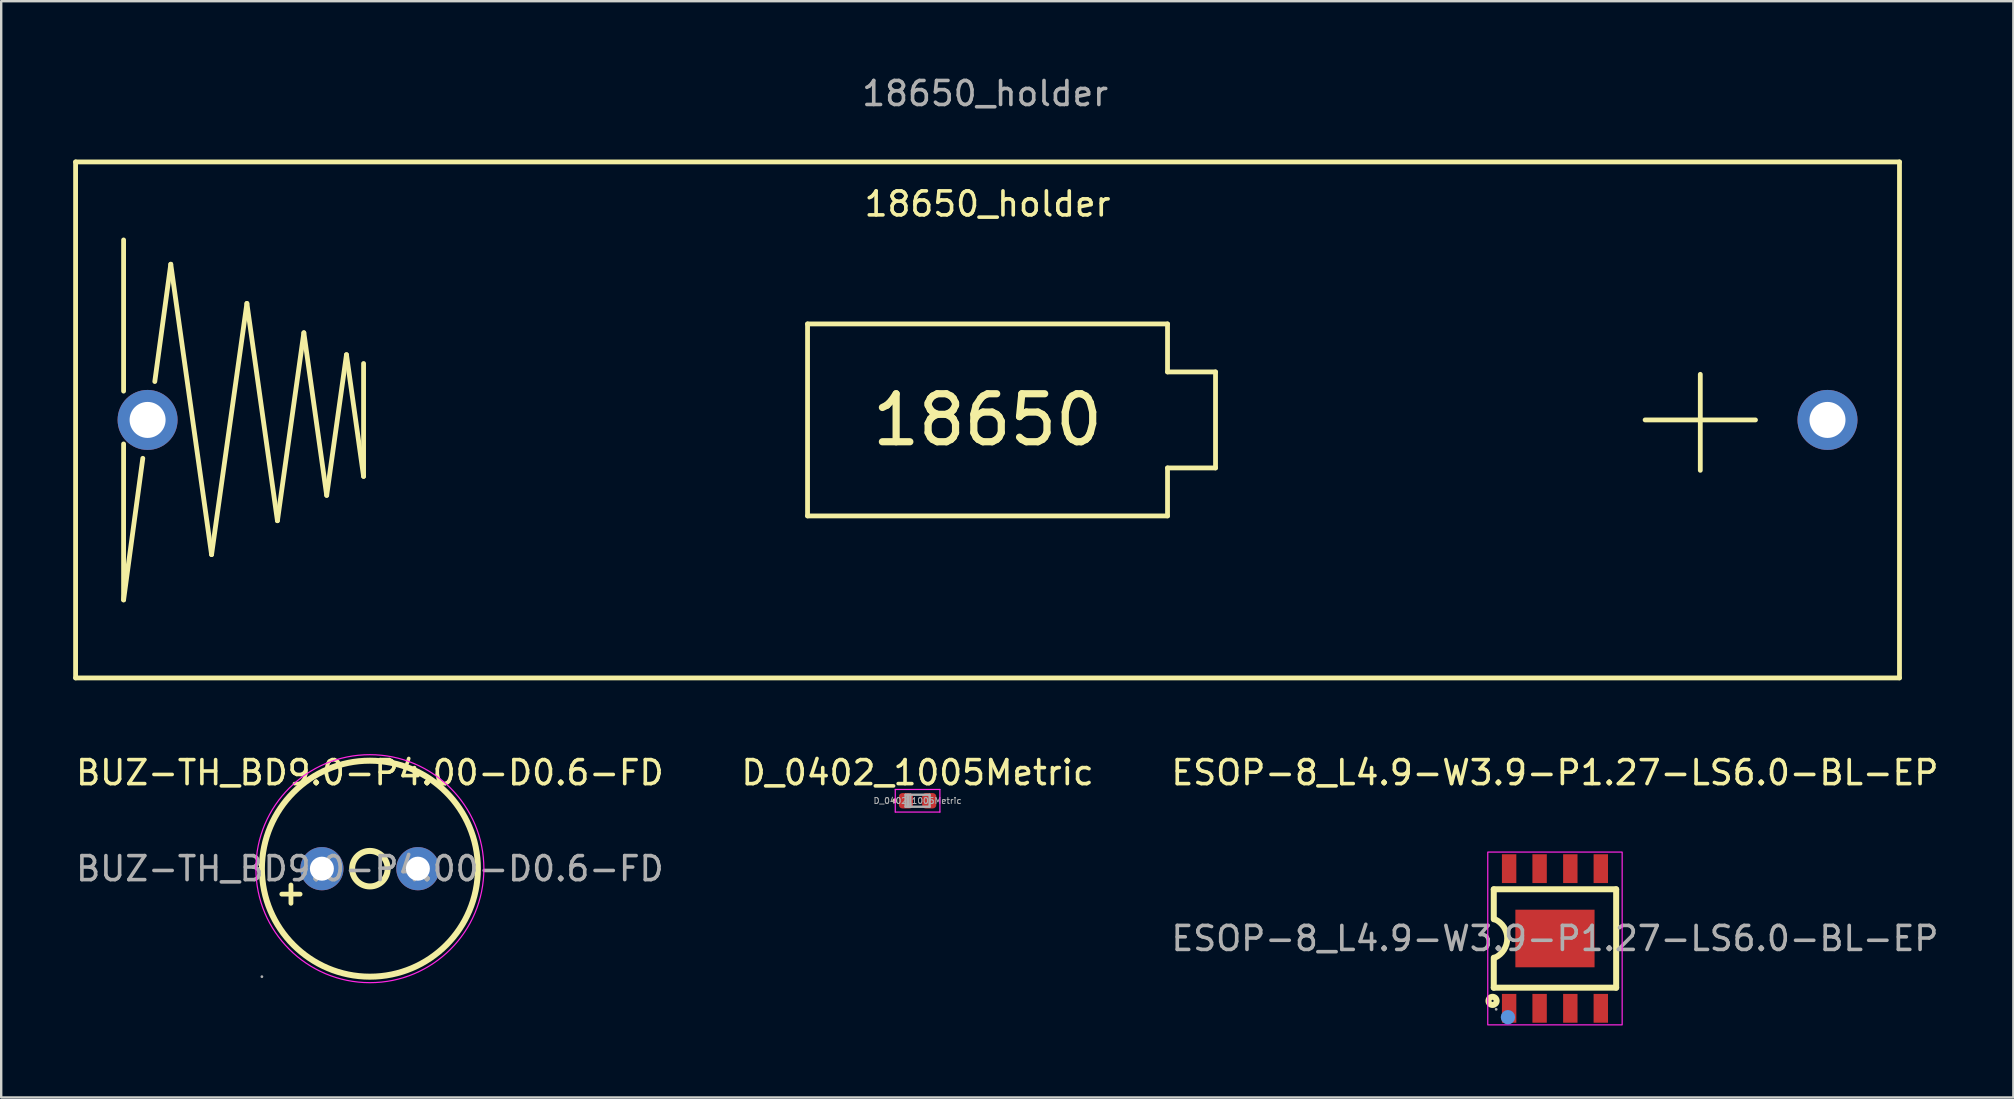
<source format=kicad_pcb>
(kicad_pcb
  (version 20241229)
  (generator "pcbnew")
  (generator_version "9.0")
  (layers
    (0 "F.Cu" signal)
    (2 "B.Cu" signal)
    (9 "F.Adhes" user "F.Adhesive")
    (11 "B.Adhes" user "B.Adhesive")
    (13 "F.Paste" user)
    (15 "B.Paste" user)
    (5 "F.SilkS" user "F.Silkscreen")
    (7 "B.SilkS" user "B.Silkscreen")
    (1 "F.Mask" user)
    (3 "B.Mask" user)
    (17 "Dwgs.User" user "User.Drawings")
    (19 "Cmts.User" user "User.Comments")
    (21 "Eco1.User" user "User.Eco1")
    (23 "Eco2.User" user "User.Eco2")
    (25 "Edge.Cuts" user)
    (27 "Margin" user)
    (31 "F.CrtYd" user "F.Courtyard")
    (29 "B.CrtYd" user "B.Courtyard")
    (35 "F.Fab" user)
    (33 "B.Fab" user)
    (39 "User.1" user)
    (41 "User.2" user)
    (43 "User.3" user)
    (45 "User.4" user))
  (footprint "BUZ-TH_BD9.0-P4.00-D0.6-FD"
    (layer "F.Cu")
    (at 12.363 33.147)
    (property "Reference" "BUZ-TH_BD9.0-P4.00-D0.6-FD" (at 0 -4 0) (layer "F.SilkS") (effects (font (size 1 1) (thickness 0.15))))
    (attr through_hole)
    (fp_circle (center 0 0) (end 0.74 0) (stroke (width 0.25) (type solid)) (fill no) (layer "F.SilkS"))
    (fp_circle (center 0 0) (end 4.5 0) (stroke (width 0.25) (type solid)) (fill no) (layer "F.SilkS"))
    (fp_circle (center 0 0) (end 4.75 0) (stroke (width 0.05) (type default)) (fill no) (layer "F.CrtYd"))
    (fp_circle (center -4.5 4.5) (end -4.47 4.5) (stroke (width 0.06) (type solid)) (fill no) (layer "F.Fab"))
    (fp_circle (center -2 0) (end -1.85 0) (stroke (width 0.3) (type solid)) (fill no) (layer "F.Fab"))
    (fp_circle (center 2 0) (end 2.15 0) (stroke (width 0.3) (type solid)) (fill no) (layer "F.Fab"))
    (fp_text user "+" (at -4.04 0.99 0) (layer "F.SilkS") (effects (font (size 1 1) (thickness 0.2)) (justify left)))
    (fp_text user "${REFERENCE}" (at 0 0 0) (layer "F.Fab") (effects (font (size 1 1) (thickness 0.15))))
    (pad "1" thru_hole circle (at -2 0) (size 1.8 1.8) (drill 1) (layers "*.Cu" "*.Paste" "*.Mask"))
    (pad "2" thru_hole circle (at 2 0) (size 1.8 1.8) (drill 1) (layers "*.Cu" "*.Paste" "*.Mask")))
  (footprint "ESOP-8_L4.9-W3.9-P1.27-LS6.0-BL-EP"
    (layer "F.Cu")
    (at 61.744 36.056)
    (property "Reference" "ESOP-8_L4.9-W3.9-P1.27-LS6.0-BL-EP" (at 0 -6.91 0) (layer "F.SilkS") (effects (font (size 1 1) (thickness 0.15))))
    (attr smd)
    (fp_line (start -2.55 -2.05) (end 2.55 -2.05) (stroke (width 0.25) (type solid)) (layer "F.SilkS"))
    (fp_line (start -2.55 -0.8) (end -2.55 -2.05) (stroke (width 0.25) (type solid)) (layer "F.SilkS"))
    (fp_line (start -2.55 0.8) (end -2.55 2.05) (stroke (width 0.25) (type solid)) (layer "F.SilkS"))
    (fp_line (start 2.55 -2.05) (end 2.55 2.05) (stroke (width 0.25) (type solid)) (layer "F.SilkS"))
    (fp_line (start 2.55 2.05) (end -2.55 2.05) (stroke (width 0.25) (type solid)) (layer "F.SilkS"))
    (fp_arc (start -2.505609 -0.80257) (mid -1.988586 -0.003085) (end -2.5 0.8) (stroke (width 0.25) (type solid)) (layer "F.SilkS"))
    (fp_circle (center -2.6 2.6) (end -2.43 2.6) (stroke (width 0.25) (type solid)) (fill no) (layer "F.SilkS"))
    (fp_circle (center -1.96 3.28) (end -1.81 3.28) (stroke (width 0.3) (type solid)) (fill no) (layer "Cmts.User"))
    (fp_rect (start 2.8 3.6) (end -2.8 -3.6) (stroke (width 0.05) (type default)) (fill no) (layer "F.CrtYd"))
    (fp_circle (center -2.45 2.95) (end -2.42 2.95) (stroke (width 0.06) (type solid)) (fill no) (layer "F.Fab"))
    (fp_text user "${REFERENCE}" (at 0 0 0) (layer "F.Fab") (effects (font (size 1 1) (thickness 0.15))))
    (pad "1" smd rect (at -1.91 2.91) (size 0.6 1.2) (layers "F.Cu" "F.Mask" "F.Paste"))
    (pad "2" smd rect (at -0.64 2.91) (size 0.6 1.2) (layers "F.Cu" "F.Mask" "F.Paste"))
    (pad "3" smd rect (at 0.64 2.91) (size 0.6 1.2) (layers "F.Cu" "F.Mask" "F.Paste"))
    (pad "4" smd rect (at 1.91 2.91) (size 0.6 1.2) (layers "F.Cu" "F.Mask" "F.Paste"))
    (pad "5" smd rect (at 1.91 -2.91) (size 0.6 1.2) (layers "F.Cu" "F.Mask" "F.Paste"))
    (pad "6" smd rect (at 0.64 -2.91) (size 0.6 1.2) (layers "F.Cu" "F.Mask" "F.Paste"))
    (pad "7" smd rect (at -0.64 -2.91) (size 0.6 1.2) (layers "F.Cu" "F.Mask" "F.Paste"))
    (pad "8" smd rect (at -1.91 -2.91) (size 0.6 1.2) (layers "F.Cu" "F.Mask" "F.Paste"))
    (pad "9" smd rect (at 0 0 180) (size 3.3 2.4) (layers "F.Cu" "F.Mask" "F.Paste")))
  (footprint "18650_holder"
    (layer "F.Cu")
    (at 38.1 14.448)
    (property "Reference" "18650_holder" (at 0 -9 0) (unlocked yes) (layer "F.SilkS") (effects (font (size 1 1) (thickness 0.15))))
    (attr through_hole)
    (fp_line (start -38 -10.75) (end 38 -10.75) (stroke (width 0.2) (type solid)) (layer "F.SilkS"))
    (fp_line (start -38 10.75) (end -38 -10.75) (stroke (width 0.2) (type solid)) (layer "F.SilkS"))
    (fp_line (start -36 -1.2) (end -36 -7.5) (stroke (width 0.2) (type default)) (layer "F.SilkS"))
    (fp_line (start -36 7.5) (end -36 1) (stroke (width 0.2) (type default)) (layer "F.SilkS"))
    (fp_line (start -36 7.5) (end -35.2 1.6) (stroke (width 0.2) (type default)) (layer "F.SilkS"))
    (fp_line (start -34.7 -1.6) (end -34.034 -6.488) (stroke (width 0.2) (type default)) (layer "F.SilkS"))
    (fp_line (start -34.034 -6.488) (end -32.334 5.612) (stroke (width 0.2) (type solid)) (layer "F.SilkS"))
    (fp_line (start -32.334 5.612) (end -30.862 -4.855) (stroke (width 0.2) (type solid)) (layer "F.SilkS"))
    (fp_line (start -30.862 -4.855) (end -29.59 4.2) (stroke (width 0.2) (type solid)) (layer "F.SilkS"))
    (fp_line (start -29.59 4.2) (end -28.489 -3.633) (stroke (width 0.2) (type solid)) (layer "F.SilkS"))
    (fp_line (start -28.489 -3.633) (end -27.537 3.143) (stroke (width 0.2) (type solid)) (layer "F.SilkS"))
    (fp_line (start -27.537 3.143) (end -26.713 -2.719) (stroke (width 0.2) (type solid)) (layer "F.SilkS"))
    (fp_line (start -26.713 -2.719) (end -26 2.352) (stroke (width 0.2) (type solid)) (layer "F.SilkS"))
    (fp_line (start -26 2.352) (end -26 -2.352) (stroke (width 0.2) (type solid)) (layer "F.SilkS"))
    (fp_line (start -7.5 -4) (end 7.5 -4) (stroke (width 0.2) (type solid)) (layer "F.SilkS"))
    (fp_line (start -7.5 4) (end -7.5 -4) (stroke (width 0.2) (type solid)) (layer "F.SilkS"))
    (fp_line (start 7.5 -4) (end 7.5 -2) (stroke (width 0.2) (type solid)) (layer "F.SilkS"))
    (fp_line (start 7.5 -2) (end 9.5 -2) (stroke (width 0.2) (type solid)) (layer "F.SilkS"))
    (fp_line (start 7.5 2) (end 7.5 4) (stroke (width 0.2) (type solid)) (layer "F.SilkS"))
    (fp_line (start 7.5 4) (end -7.5 4) (stroke (width 0.2) (type solid)) (layer "F.SilkS"))
    (fp_line (start 9.5 -2) (end 9.5 2) (stroke (width 0.2) (type solid)) (layer "F.SilkS"))
    (fp_line (start 9.5 2) (end 7.5 2) (stroke (width 0.2) (type solid)) (layer "F.SilkS"))
    (fp_line (start 29.7 2.1) (end 29.7 -1.9) (stroke (width 0.2) (type default)) (layer "F.SilkS"))
    (fp_line (start 32 0) (end 27.4 0) (stroke (width 0.2) (type default)) (layer "F.SilkS"))
    (fp_line (start 38 -10.75) (end 38 10.75) (stroke (width 0.2) (type solid)) (layer "F.SilkS"))
    (fp_line (start 38 10.75) (end -38 10.75) (stroke (width 0.2) (type solid)) (layer "F.SilkS"))
    (fp_text user "18650" (at 0 0 0) (unlocked yes) (layer "F.SilkS") (effects (font (size 2 2) (thickness 0.3))))
    (fp_text user "${REFERENCE}" (at -0.1 -13.6 0) (unlocked yes) (layer "F.Fab") (effects (font (size 1 1) (thickness 0.15))))
    (pad "1" thru_hole circle (at 35 0) (size 2.5 2.5) (drill 1.5) (layers "*.Cu" "*.Mask"))
    (pad "2" thru_hole circle (at -35 0) (size 2.5 2.5) (drill 1.5) (layers "*.Cu" "*.Mask")))
  (footprint "D_0402_1005Metric"
    (layer "F.Cu")
    (at 35.185 30.317)
    (property "Reference" "D_0402_1005Metric" (at 0 -1.17 0) (layer "F.SilkS") (effects (font (size 1 1) (thickness 0.15))))
    (attr smd)
    (fp_circle (center -0.95 0) (end -0.9 0) (stroke (width 0.1) (type solid)) (fill no) (layer "F.SilkS"))
    (fp_line (start -0.93 -0.47) (end 0.93 -0.47) (stroke (width 0.05) (type solid)) (layer "F.CrtYd"))
    (fp_line (start -0.93 0.47) (end -0.93 -0.47) (stroke (width 0.05) (type solid)) (layer "F.CrtYd"))
    (fp_line (start 0.93 -0.47) (end 0.93 0.47) (stroke (width 0.05) (type solid)) (layer "F.CrtYd"))
    (fp_line (start 0.93 0.47) (end -0.93 0.47) (stroke (width 0.05) (type solid)) (layer "F.CrtYd"))
    (fp_line (start -0.5 -0.25) (end 0.5 -0.25) (stroke (width 0.1) (type solid)) (layer "F.Fab"))
    (fp_line (start -0.5 0.25) (end -0.5 -0.25) (stroke (width 0.1) (type solid)) (layer "F.Fab"))
    (fp_line (start -0.4 0.25) (end -0.4 -0.25) (stroke (width 0.1) (type solid)) (layer "F.Fab"))
    (fp_line (start -0.3 0.25) (end -0.3 -0.25) (stroke (width 0.1) (type solid)) (layer "F.Fab"))
    (fp_line (start 0.5 -0.25) (end 0.5 0.25) (stroke (width 0.1) (type solid)) (layer "F.Fab"))
    (fp_line (start 0.5 0.25) (end -0.5 0.25) (stroke (width 0.1) (type solid)) (layer "F.Fab"))
    (fp_text user "${REFERENCE}" (at 0 0 0) (layer "F.Fab") (effects (font (size 0.25 0.25) (thickness 0.04))))
    (pad "1" smd roundrect (at -0.485 0) (size 0.59 0.64) (layers "F.Cu" "F.Mask" "F.Paste") (roundrect_rratio 0.25))
    (pad "2" smd roundrect (at 0.485 0) (size 0.59 0.64) (layers "F.Cu" "F.Mask" "F.Paste") (roundrect_rratio 0.25)))
  (gr_rect
    (start -3 -3)
    (end 80.845 42.681)
    (stroke (width 0.1) (type default))
    (fill no)
    (layer "Edge.Cuts")))
</source>
